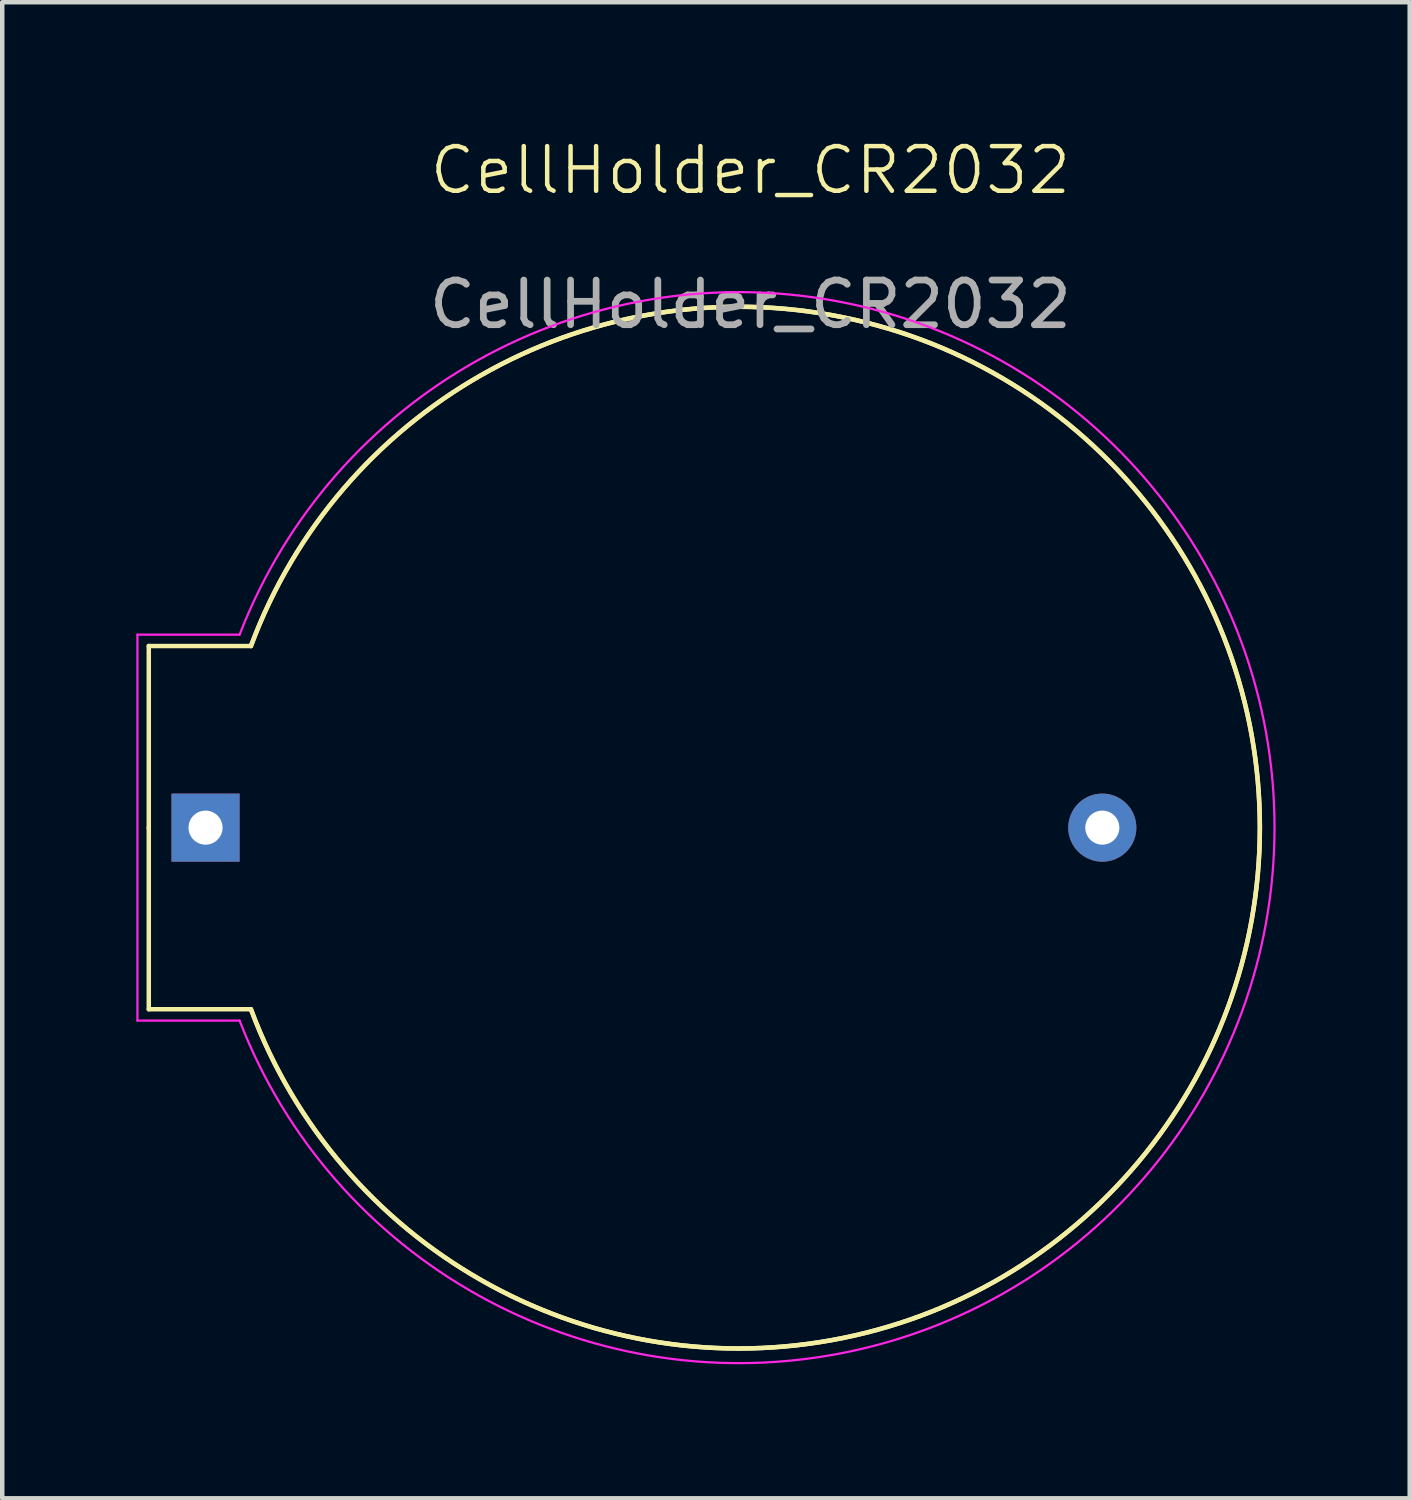
<source format=kicad_pcb>
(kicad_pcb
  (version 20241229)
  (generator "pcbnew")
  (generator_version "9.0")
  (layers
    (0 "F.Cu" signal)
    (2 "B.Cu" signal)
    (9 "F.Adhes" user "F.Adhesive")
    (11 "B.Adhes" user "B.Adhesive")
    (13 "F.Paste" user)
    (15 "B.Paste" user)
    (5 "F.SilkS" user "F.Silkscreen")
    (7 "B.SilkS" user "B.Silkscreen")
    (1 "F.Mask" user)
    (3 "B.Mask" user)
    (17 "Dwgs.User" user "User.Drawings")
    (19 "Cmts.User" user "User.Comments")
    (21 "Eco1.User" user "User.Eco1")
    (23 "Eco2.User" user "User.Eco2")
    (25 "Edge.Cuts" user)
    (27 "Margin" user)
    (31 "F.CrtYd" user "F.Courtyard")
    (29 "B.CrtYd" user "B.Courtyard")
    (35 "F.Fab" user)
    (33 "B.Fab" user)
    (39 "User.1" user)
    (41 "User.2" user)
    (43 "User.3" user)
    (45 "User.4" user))
  (footprint "CellHolder_CR2032"
    (layer "F.Cu")
    (at 13.487 15.469)
    (property "Reference" "CellHolder_CR2032" (at 0.254 -14.708 0) (unlocked yes) (layer "F.SilkS") (effects (font (size 1 1) (thickness 0.1))))
    (attr through_hole)
    (fp_line (start -13.208 -4.064) (end -10.922 -4.064) (stroke (width 0.1) (type default)) (layer "F.SilkS"))
    (fp_line (start -13.208 0) (end -13.208 -4.064) (stroke (width 0.1) (type default)) (layer "F.SilkS"))
    (fp_line (start -13.208 0) (end -13.208 4.064) (stroke (width 0.1) (type default)) (layer "F.SilkS"))
    (fp_line (start -13.208 4.064) (end -10.922 4.064) (stroke (width 0.1) (type default)) (layer "F.SilkS"))
    (fp_arc (start -10.921999 -4.064) (mid 11.65359 0) (end -10.921999 4.064) (stroke (width 0.1) (type default)) (layer "F.SilkS"))
    (fp_arc (start -10.921998 -4.064) (mid 11.653589 0) (end -10.921998 4.063999) (stroke (width 0.1) (type default)) (layer "F.SilkS"))
    (fp_line (start -13.462 -4.318) (end -13.462 4.318) (stroke (width 0.05) (type default)) (layer "F.CrtYd"))
    (fp_line (start -13.462 4.318) (end -11.176 4.318) (stroke (width 0.05) (type default)) (layer "F.CrtYd"))
    (fp_line (start -11.176 -4.318) (end -13.462 -4.318) (stroke (width 0.05) (type default)) (layer "F.CrtYd"))
    (fp_arc (start -11.176 -4.318) (mid 11.981156 0) (end -11.176 4.318) (stroke (width 0.05) (type default)) (layer "F.CrtYd"))
    (fp_text user "${REFERENCE}" (at 0.254 -11.708 0) (unlocked yes) (layer "F.Fab") (effects (font (size 1 1) (thickness 0.15))))
    (pad "1" thru_hole rect (at -11.938 0) (size 1.524 1.524) (drill 0.762) (layers "*.Cu" "*.Mask"))
    (pad "2" thru_hole circle (at 8.128 0) (size 1.524 1.524) (drill 0.762) (layers "*.Cu" "*.Mask")))
  (gr_rect
    (start -3 -3)
    (end 28.493 30.475)
    (stroke (width 0.1) (type default))
    (fill no)
    (layer "Edge.Cuts")))
</source>
